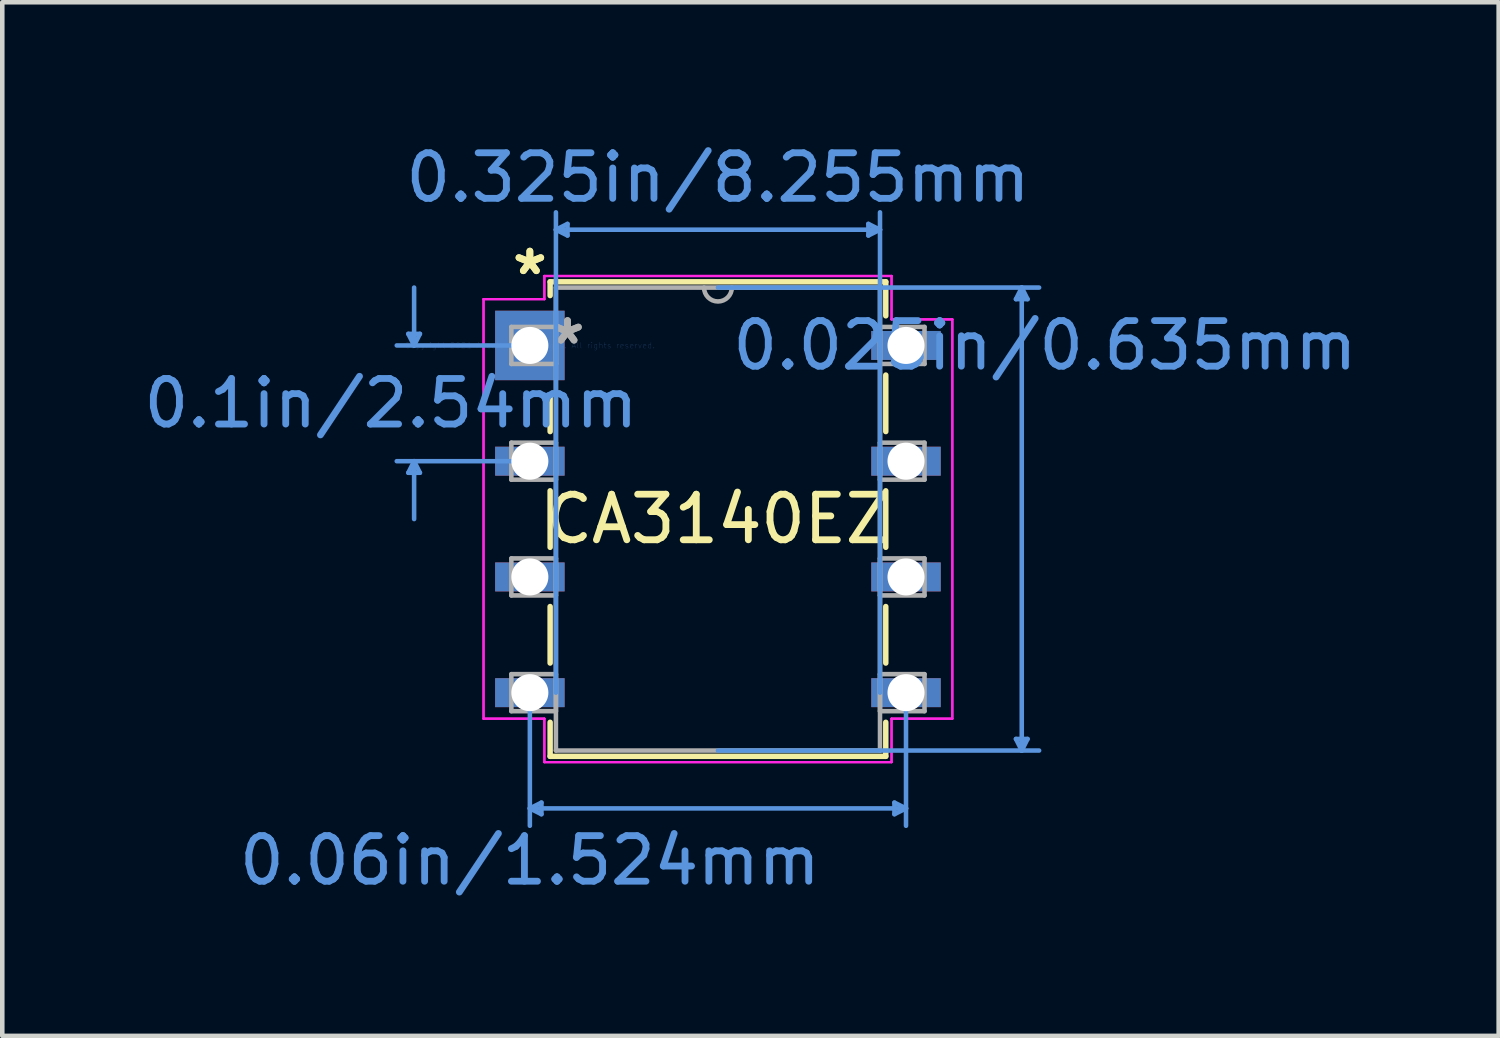
<source format=kicad_pcb>
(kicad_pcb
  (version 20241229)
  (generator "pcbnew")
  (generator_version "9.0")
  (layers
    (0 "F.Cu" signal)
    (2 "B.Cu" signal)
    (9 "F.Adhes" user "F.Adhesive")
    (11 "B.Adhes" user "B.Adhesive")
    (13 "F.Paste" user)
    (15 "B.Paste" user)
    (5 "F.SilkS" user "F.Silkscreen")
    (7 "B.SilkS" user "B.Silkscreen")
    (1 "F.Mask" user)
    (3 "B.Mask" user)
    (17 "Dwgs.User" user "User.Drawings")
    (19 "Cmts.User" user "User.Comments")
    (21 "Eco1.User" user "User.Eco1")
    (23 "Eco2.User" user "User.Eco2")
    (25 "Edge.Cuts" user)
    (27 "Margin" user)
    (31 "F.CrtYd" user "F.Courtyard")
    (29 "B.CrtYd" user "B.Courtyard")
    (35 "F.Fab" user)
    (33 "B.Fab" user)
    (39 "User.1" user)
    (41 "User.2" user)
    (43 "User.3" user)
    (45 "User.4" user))
  (footprint "CA3140EZ"
    (layer "F.Cu")
    (at 8.578 4.531)
    (property "Reference" "CA3140EZ" (at 4.128 3.81 0) (layer "F.SilkS") (effects (font (size 1 1) (thickness 0.15))))
    (attr through_hole)
    (fp_line (start 0.445 -1.397) (end 0.445 -1.095) (stroke (width 0.12) (type solid)) (layer "F.SilkS"))
    (fp_line (start 0.445 1.095) (end 0.445 1.89) (stroke (width 0.12) (type solid)) (layer "F.SilkS"))
    (fp_line (start 0.445 3.19) (end 0.445 4.43) (stroke (width 0.12) (type solid)) (layer "F.SilkS"))
    (fp_line (start 0.445 5.73) (end 0.445 6.97) (stroke (width 0.12) (type solid)) (layer "F.SilkS"))
    (fp_line (start 0.445 8.27) (end 0.445 9.017) (stroke (width 0.12) (type solid)) (layer "F.SilkS"))
    (fp_line (start 0.445 9.017) (end 7.811 9.017) (stroke (width 0.12) (type solid)) (layer "F.SilkS"))
    (fp_line (start 7.811 -1.397) (end 0.445 -1.397) (stroke (width 0.12) (type solid)) (layer "F.SilkS"))
    (fp_line (start 7.811 -0.65) (end 7.811 -1.397) (stroke (width 0.12) (type solid)) (layer "F.SilkS"))
    (fp_line (start 7.811 1.89) (end 7.811 0.65) (stroke (width 0.12) (type solid)) (layer "F.SilkS"))
    (fp_line (start 7.811 4.43) (end 7.811 3.19) (stroke (width 0.12) (type solid)) (layer "F.SilkS"))
    (fp_line (start 7.811 6.97) (end 7.811 5.73) (stroke (width 0.12) (type solid)) (layer "F.SilkS"))
    (fp_line (start 7.811 9.017) (end 7.811 8.27) (stroke (width 0.12) (type solid)) (layer "F.SilkS"))
    (fp_line (start -2.667 -0.254) (end -2.413 -0.254) (stroke (width 0.1) (type solid)) (layer "Cmts.User"))
    (fp_line (start -2.667 2.794) (end -2.413 2.794) (stroke (width 0.1) (type solid)) (layer "Cmts.User"))
    (fp_line (start -2.54 0) (end -2.667 -0.254) (stroke (width 0.1) (type solid)) (layer "Cmts.User"))
    (fp_line (start -2.54 0) (end -2.54 -1.27) (stroke (width 0.1) (type solid)) (layer "Cmts.User"))
    (fp_line (start -2.54 0) (end -2.413 -0.254) (stroke (width 0.1) (type solid)) (layer "Cmts.User"))
    (fp_line (start -2.54 2.54) (end -2.667 2.794) (stroke (width 0.1) (type solid)) (layer "Cmts.User"))
    (fp_line (start -2.54 2.54) (end -2.54 3.81) (stroke (width 0.1) (type solid)) (layer "Cmts.User"))
    (fp_line (start -2.54 2.54) (end -2.413 2.794) (stroke (width 0.1) (type solid)) (layer "Cmts.User"))
    (fp_line (start 0 0) (end -2.921 0) (stroke (width 0.1) (type solid)) (layer "Cmts.User"))
    (fp_line (start 0 2.54) (end -2.921 2.54) (stroke (width 0.1) (type solid)) (layer "Cmts.User"))
    (fp_line (start 0 7.62) (end 0 10.541) (stroke (width 0.1) (type solid)) (layer "Cmts.User"))
    (fp_line (start 0 10.16) (end 0.254 10.033) (stroke (width 0.1) (type solid)) (layer "Cmts.User"))
    (fp_line (start 0 10.16) (end 0.254 10.287) (stroke (width 0.1) (type solid)) (layer "Cmts.User"))
    (fp_line (start 0 10.16) (end 8.255 10.16) (stroke (width 0.1) (type solid)) (layer "Cmts.User"))
    (fp_line (start 0.254 10.033) (end 0.254 10.287) (stroke (width 0.1) (type solid)) (layer "Cmts.User"))
    (fp_line (start 0.572 -2.54) (end 0.826 -2.667) (stroke (width 0.1) (type solid)) (layer "Cmts.User"))
    (fp_line (start 0.572 -2.54) (end 0.826 -2.413) (stroke (width 0.1) (type solid)) (layer "Cmts.User"))
    (fp_line (start 0.572 -2.54) (end 7.684 -2.54) (stroke (width 0.1) (type solid)) (layer "Cmts.User"))
    (fp_line (start 0.572 7.62) (end 0.572 -2.921) (stroke (width 0.1) (type solid)) (layer "Cmts.User"))
    (fp_line (start 0.826 -2.667) (end 0.826 -2.413) (stroke (width 0.1) (type solid)) (layer "Cmts.User"))
    (fp_line (start 4.128 -1.27) (end 11.176 -1.27) (stroke (width 0.1) (type solid)) (layer "Cmts.User"))
    (fp_line (start 4.128 8.89) (end 11.176 8.89) (stroke (width 0.1) (type solid)) (layer "Cmts.User"))
    (fp_line (start 7.429 -2.667) (end 7.429 -2.413) (stroke (width 0.1) (type solid)) (layer "Cmts.User"))
    (fp_line (start 7.684 -2.54) (end 7.429 -2.667) (stroke (width 0.1) (type solid)) (layer "Cmts.User"))
    (fp_line (start 7.684 -2.54) (end 7.429 -2.413) (stroke (width 0.1) (type solid)) (layer "Cmts.User"))
    (fp_line (start 7.684 7.62) (end 7.684 -2.921) (stroke (width 0.1) (type solid)) (layer "Cmts.User"))
    (fp_line (start 8.001 10.033) (end 8.001 10.287) (stroke (width 0.1) (type solid)) (layer "Cmts.User"))
    (fp_line (start 8.255 7.62) (end 8.255 10.541) (stroke (width 0.1) (type solid)) (layer "Cmts.User"))
    (fp_line (start 8.255 10.16) (end 8.001 10.033) (stroke (width 0.1) (type solid)) (layer "Cmts.User"))
    (fp_line (start 8.255 10.16) (end 8.001 10.287) (stroke (width 0.1) (type solid)) (layer "Cmts.User"))
    (fp_line (start 10.668 -1.016) (end 10.922 -1.016) (stroke (width 0.1) (type solid)) (layer "Cmts.User"))
    (fp_line (start 10.668 8.636) (end 10.922 8.636) (stroke (width 0.1) (type solid)) (layer "Cmts.User"))
    (fp_line (start 10.795 -1.27) (end 10.668 -1.016) (stroke (width 0.1) (type solid)) (layer "Cmts.User"))
    (fp_line (start 10.795 -1.27) (end 10.795 8.89) (stroke (width 0.1) (type solid)) (layer "Cmts.User"))
    (fp_line (start 10.795 -1.27) (end 10.922 -1.016) (stroke (width 0.1) (type solid)) (layer "Cmts.User"))
    (fp_line (start 10.795 8.89) (end 10.668 8.636) (stroke (width 0.1) (type solid)) (layer "Cmts.User"))
    (fp_line (start 10.795 8.89) (end 10.922 8.636) (stroke (width 0.1) (type solid)) (layer "Cmts.User"))
    (fp_line (start -1.016 -1.016) (end -1.016 8.191) (stroke (width 0.05) (type solid)) (layer "F.CrtYd"))
    (fp_line (start -1.016 -1.016) (end 0.318 -1.016) (stroke (width 0.05) (type solid)) (layer "F.CrtYd"))
    (fp_line (start -1.016 8.191) (end -1.016 -1.016) (stroke (width 0.05) (type solid)) (layer "F.CrtYd"))
    (fp_line (start -1.016 8.191) (end 0.318 8.191) (stroke (width 0.05) (type solid)) (layer "F.CrtYd"))
    (fp_line (start 0.318 -1.524) (end 0.318 -1.016) (stroke (width 0.05) (type solid)) (layer "F.CrtYd"))
    (fp_line (start 0.318 -1.524) (end 7.938 -1.524) (stroke (width 0.05) (type solid)) (layer "F.CrtYd"))
    (fp_line (start 0.318 -1.016) (end -1.016 -1.016) (stroke (width 0.05) (type solid)) (layer "F.CrtYd"))
    (fp_line (start 0.318 -1.016) (end 0.318 -1.524) (stroke (width 0.05) (type solid)) (layer "F.CrtYd"))
    (fp_line (start 0.318 8.191) (end -1.016 8.191) (stroke (width 0.05) (type solid)) (layer "F.CrtYd"))
    (fp_line (start 0.318 8.191) (end 0.318 9.144) (stroke (width 0.05) (type solid)) (layer "F.CrtYd"))
    (fp_line (start 0.318 9.144) (end 0.318 8.191) (stroke (width 0.05) (type solid)) (layer "F.CrtYd"))
    (fp_line (start 0.318 9.144) (end 7.938 9.144) (stroke (width 0.05) (type solid)) (layer "F.CrtYd"))
    (fp_line (start 7.938 -1.524) (end 0.318 -1.524) (stroke (width 0.05) (type solid)) (layer "F.CrtYd"))
    (fp_line (start 7.938 -1.524) (end 7.938 -0.572) (stroke (width 0.05) (type solid)) (layer "F.CrtYd"))
    (fp_line (start 7.938 -0.572) (end 7.938 -1.524) (stroke (width 0.05) (type solid)) (layer "F.CrtYd"))
    (fp_line (start 7.938 8.191) (end 7.938 9.144) (stroke (width 0.05) (type solid)) (layer "F.CrtYd"))
    (fp_line (start 7.938 8.191) (end 9.271 8.191) (stroke (width 0.05) (type solid)) (layer "F.CrtYd"))
    (fp_line (start 7.938 9.144) (end 0.318 9.144) (stroke (width 0.05) (type solid)) (layer "F.CrtYd"))
    (fp_line (start 7.938 9.144) (end 7.938 8.191) (stroke (width 0.05) (type solid)) (layer "F.CrtYd"))
    (fp_line (start 9.271 -0.572) (end 7.938 -0.572) (stroke (width 0.05) (type solid)) (layer "F.CrtYd"))
    (fp_line (start 9.271 -0.572) (end 7.938 -0.572) (stroke (width 0.05) (type solid)) (layer "F.CrtYd"))
    (fp_line (start 9.271 -0.572) (end 9.271 8.191) (stroke (width 0.05) (type solid)) (layer "F.CrtYd"))
    (fp_line (start 9.271 8.191) (end 7.938 8.191) (stroke (width 0.05) (type solid)) (layer "F.CrtYd"))
    (fp_line (start 9.271 8.191) (end 9.271 -0.572) (stroke (width 0.05) (type solid)) (layer "F.CrtYd"))
    (fp_line (start -0.406 -0.406) (end -0.406 0.406) (stroke (width 0.1) (type solid)) (layer "F.Fab"))
    (fp_line (start -0.406 0.406) (end 0.572 0.406) (stroke (width 0.1) (type solid)) (layer "F.Fab"))
    (fp_line (start -0.406 2.134) (end -0.406 2.946) (stroke (width 0.1) (type solid)) (layer "F.Fab"))
    (fp_line (start -0.406 2.946) (end 0.572 2.946) (stroke (width 0.1) (type solid)) (layer "F.Fab"))
    (fp_line (start -0.406 4.674) (end -0.406 5.486) (stroke (width 0.1) (type solid)) (layer "F.Fab"))
    (fp_line (start -0.406 5.486) (end 0.572 5.486) (stroke (width 0.1) (type solid)) (layer "F.Fab"))
    (fp_line (start -0.406 7.214) (end -0.406 8.026) (stroke (width 0.1) (type solid)) (layer "F.Fab"))
    (fp_line (start -0.406 8.026) (end 0.572 8.026) (stroke (width 0.1) (type solid)) (layer "F.Fab"))
    (fp_line (start 0.572 -1.27) (end 0.572 8.89) (stroke (width 0.1) (type solid)) (layer "F.Fab"))
    (fp_line (start 0.572 -0.406) (end -0.406 -0.406) (stroke (width 0.1) (type solid)) (layer "F.Fab"))
    (fp_line (start 0.572 0.406) (end 0.572 -0.406) (stroke (width 0.1) (type solid)) (layer "F.Fab"))
    (fp_line (start 0.572 2.134) (end -0.406 2.134) (stroke (width 0.1) (type solid)) (layer "F.Fab"))
    (fp_line (start 0.572 2.946) (end 0.572 2.134) (stroke (width 0.1) (type solid)) (layer "F.Fab"))
    (fp_line (start 0.572 4.674) (end -0.406 4.674) (stroke (width 0.1) (type solid)) (layer "F.Fab"))
    (fp_line (start 0.572 5.486) (end 0.572 4.674) (stroke (width 0.1) (type solid)) (layer "F.Fab"))
    (fp_line (start 0.572 7.214) (end -0.406 7.214) (stroke (width 0.1) (type solid)) (layer "F.Fab"))
    (fp_line (start 0.572 8.026) (end 0.572 7.214) (stroke (width 0.1) (type solid)) (layer "F.Fab"))
    (fp_line (start 0.572 8.89) (end 7.684 8.89) (stroke (width 0.1) (type solid)) (layer "F.Fab"))
    (fp_line (start 7.684 -1.27) (end 0.572 -1.27) (stroke (width 0.1) (type solid)) (layer "F.Fab"))
    (fp_line (start 7.684 -0.406) (end 7.684 0.406) (stroke (width 0.1) (type solid)) (layer "F.Fab"))
    (fp_line (start 7.684 0.406) (end 8.661 0.406) (stroke (width 0.1) (type solid)) (layer "F.Fab"))
    (fp_line (start 7.684 2.134) (end 7.684 2.946) (stroke (width 0.1) (type solid)) (layer "F.Fab"))
    (fp_line (start 7.684 2.946) (end 8.661 2.946) (stroke (width 0.1) (type solid)) (layer "F.Fab"))
    (fp_line (start 7.684 4.674) (end 7.684 5.486) (stroke (width 0.1) (type solid)) (layer "F.Fab"))
    (fp_line (start 7.684 5.486) (end 8.661 5.486) (stroke (width 0.1) (type solid)) (layer "F.Fab"))
    (fp_line (start 7.684 7.214) (end 7.684 8.026) (stroke (width 0.1) (type solid)) (layer "F.Fab"))
    (fp_line (start 7.684 8.026) (end 8.661 8.026) (stroke (width 0.1) (type solid)) (layer "F.Fab"))
    (fp_line (start 7.684 8.89) (end 7.684 -1.27) (stroke (width 0.1) (type solid)) (layer "F.Fab"))
    (fp_line (start 8.661 -0.406) (end 7.684 -0.406) (stroke (width 0.1) (type solid)) (layer "F.Fab"))
    (fp_line (start 8.661 0.406) (end 8.661 -0.406) (stroke (width 0.1) (type solid)) (layer "F.Fab"))
    (fp_line (start 8.661 2.134) (end 7.684 2.134) (stroke (width 0.1) (type solid)) (layer "F.Fab"))
    (fp_line (start 8.661 2.946) (end 8.661 2.134) (stroke (width 0.1) (type solid)) (layer "F.Fab"))
    (fp_line (start 8.661 4.674) (end 7.684 4.674) (stroke (width 0.1) (type solid)) (layer "F.Fab"))
    (fp_line (start 8.661 5.486) (end 8.661 4.674) (stroke (width 0.1) (type solid)) (layer "F.Fab"))
    (fp_line (start 8.661 7.214) (end 7.684 7.214) (stroke (width 0.1) (type solid)) (layer "F.Fab"))
    (fp_line (start 8.661 8.026) (end 8.661 7.214) (stroke (width 0.1) (type solid)) (layer "F.Fab"))
    (fp_arc (start 4.4323 -1.27) (mid 4.1275 -0.9652) (end 3.8227 -1.27) (stroke (width 0.1) (type solid)) (layer "F.Fab"))
    (fp_text user "*" (at 0 -1.524 0) (layer "F.SilkS") (effects (font (size 1 1) (thickness 0.15))))
    (fp_text user "*" (at 0 -1.524 0) (layer "F.SilkS") (effects (font (size 1 1) (thickness 0.15))))
    (fp_text user "0.325in/8.255mm" (at 4.128 -3.683 0) (layer "Cmts.User") (effects (font (size 1 1) (thickness 0.15))))
    (fp_text user "0.06in/1.524mm" (at 0 11.303 0) (layer "Cmts.User") (effects (font (size 1 1) (thickness 0.15))))
    (fp_text user "0.1in/2.54mm" (at -3.048 1.27 0) (layer "Cmts.User") (effects (font (size 1 1) (thickness 0.15))))
    (fp_text user "0.025in/0.635mm" (at 11.303 0 0) (layer "Cmts.User") (effects (font (size 1 1) (thickness 0.15))))
    (fp_text user "Copyright 2021 Accelerated Designs. All rights reserved." (at 0 0 0) (layer "Cmts.User") (effects (font (size 0.127 0.127) (thickness 0.002))))
    (fp_text user "*" (at 0.826 0 0) (layer "F.Fab") (effects (font (size 1 1) (thickness 0.15))))
    (fp_text user "*" (at 0.826 0 0) (layer "F.Fab") (effects (font (size 1 1) (thickness 0.15))))
    (pad "1" thru_hole rect (at 0 0) (size 1.524 1.524) (drill 0.813) (layers "*.Cu" "*.Mask"))
    (pad "2" thru_hole rect (at 0 2.54) (size 1.524 0.635) (drill 0.813) (layers "*.Cu" "*.Mask"))
    (pad "3" thru_hole rect (at 0 5.08) (size 1.524 0.635) (drill 0.813) (layers "*.Cu" "*.Mask"))
    (pad "4" thru_hole rect (at 0 7.62) (size 1.524 0.635) (drill 0.813) (layers "*.Cu" "*.Mask"))
    (pad "5" thru_hole rect (at 8.255 7.62) (size 1.524 0.635) (drill 0.813) (layers "*.Cu" "*.Mask"))
    (pad "6" thru_hole rect (at 8.255 5.08) (size 1.524 0.635) (drill 0.813) (layers "*.Cu" "*.Mask"))
    (pad "7" thru_hole rect (at 8.255 2.54) (size 1.524 0.635) (drill 0.813) (layers "*.Cu" "*.Mask"))
    (pad "8" thru_hole rect (at 8.255 0) (size 1.524 0.635) (drill 0.813) (layers "*.Cu" "*.Mask")))
  (gr_rect
    (start -3 -3)
    (end 29.839 19.683)
    (stroke (width 0.1) (type default))
    (fill no)
    (layer "Edge.Cuts")))
</source>
